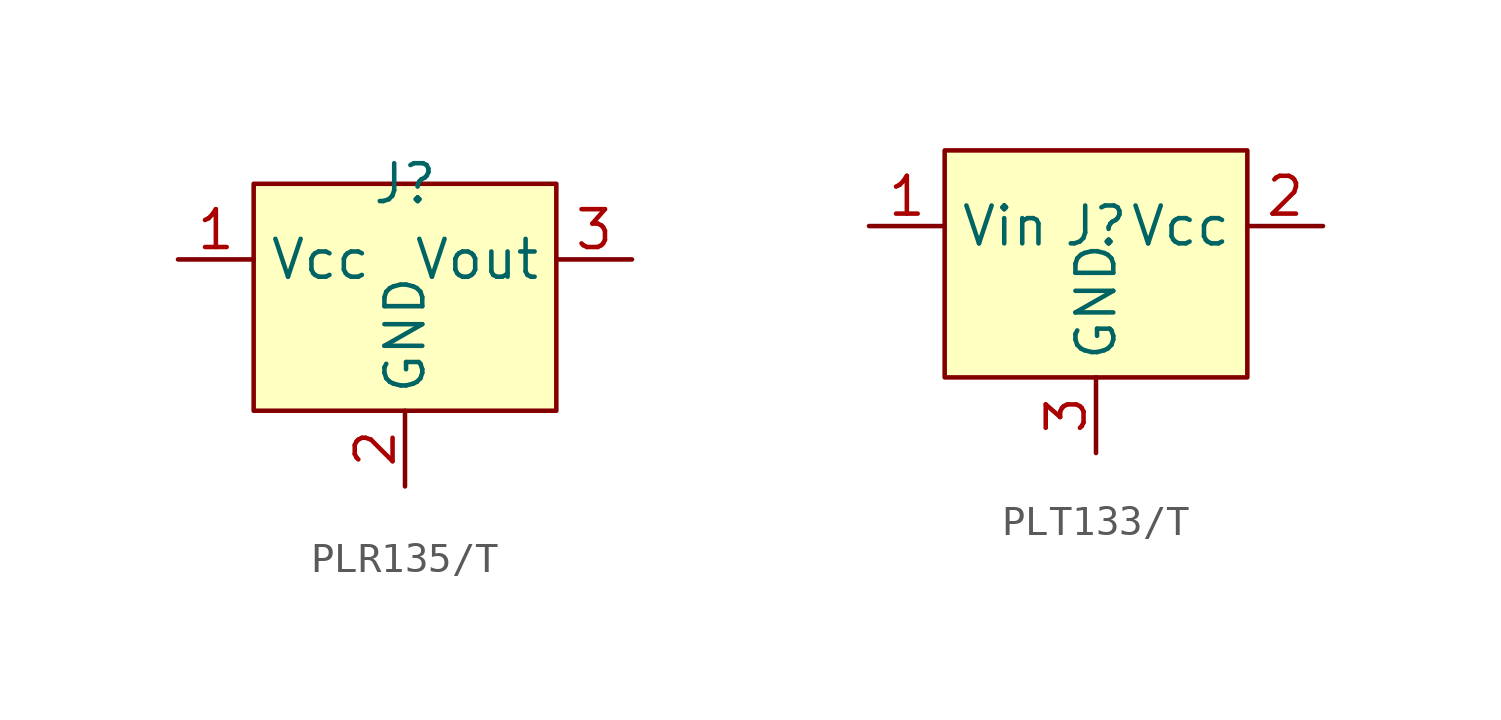
<source format=kicad_sym>
(kicad_symbol_lib
  (version 20231120)
  (generator "kicad_symbol_editor")
  (generator_version "8.0")
  (symbol "PLR135/T"
    (property "Reference" "J"
      (at 0 0 0)
      (effects (font (size 1.27 1.27))))
    (property "Value" ""
      (at 0 0 0)
      (effects (font (size 1.27 1.27))))
    (symbol "PLR135/T_1_0"
      (pin power_in line (at -7.62 -2.54 0) (length 2.54) (name "Vcc" (effects (font (size 1.27 1.27)))) (number "1" (effects (font (size 1.27 1.27)))))
      (pin power_in line (at 0 -10.16 90) (length 2.54) (name "GND" (effects (font (size 1.27 1.27)))) (number "2" (effects (font (size 1.27 1.27)))))
      (pin output line (at 7.62 -2.54 180) (length 2.54) (name "Vout" (effects (font (size 1.27 1.27)))) (number "3" (effects (font (size 1.27 1.27))))))
    (symbol "PLR135/T_1_1"
      (rectangle (start -5.08 0) (end 5.08 -7.62) (stroke (width 0) (type default)) (fill (type background)))))
  (symbol "PLT133/T"
    (property "Reference" "J"
      (at 0 0 0)
      (effects (font (size 1.27 1.27))))
    (property "Value" ""
      (at 0 0 0)
      (effects (font (size 1.27 1.27))))
    (symbol "PLT133/T_0_0"
      (pin input line (at -7.62 0 0) (length 2.54) (name "Vin" (effects (font (size 1.27 1.27)))) (number "1" (effects (font (size 1.27 1.27)))))
      (pin power_in line (at 7.62 0 180) (length 2.54) (name "Vcc" (effects (font (size 1.27 1.27)))) (number "2" (effects (font (size 1.27 1.27)))))
      (pin power_in line (at 0 -7.62 90) (length 2.54) (name "GND" (effects (font (size 1.27 1.27)))) (number "3" (effects (font (size 1.27 1.27))))))
    (symbol "PLT133/T_1_1"
      (rectangle (start -5.08 2.54) (end 5.08 -5.08) (stroke (width 0) (type default)) (fill (type background))))))
</source>
